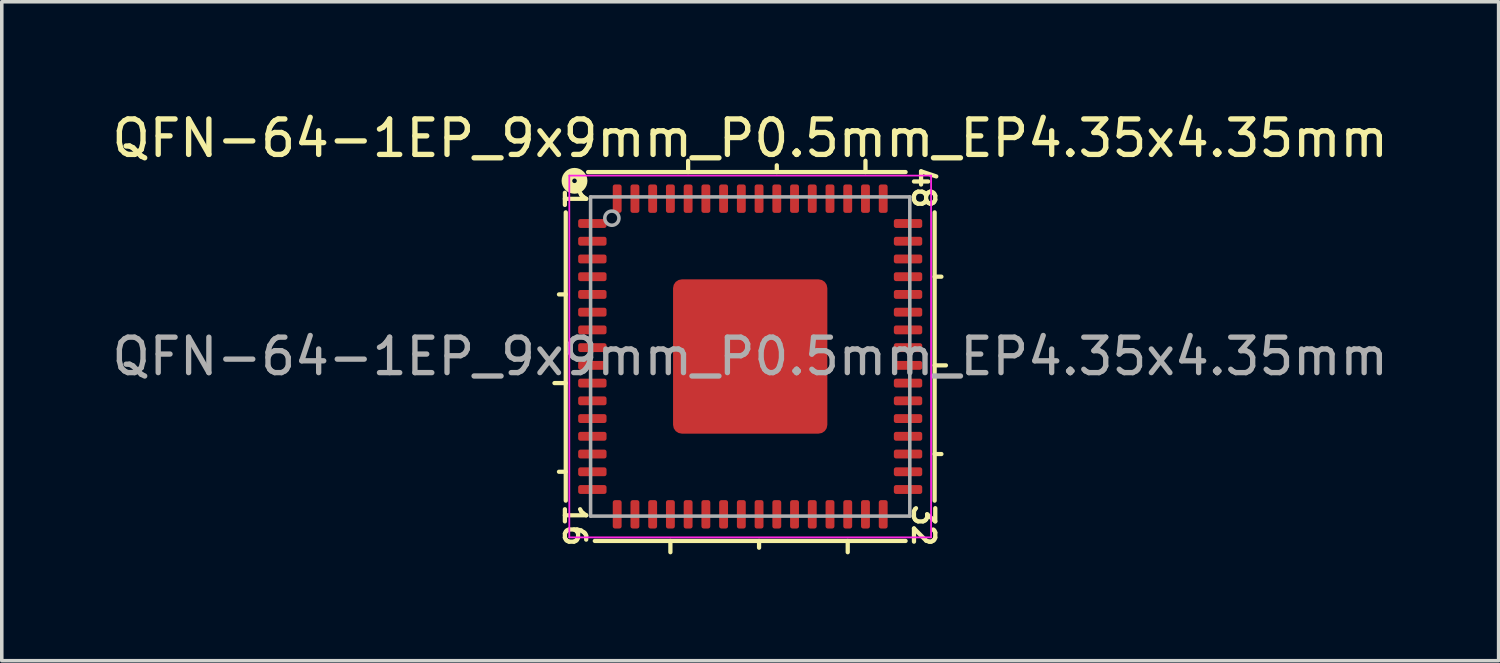
<source format=kicad_pcb>
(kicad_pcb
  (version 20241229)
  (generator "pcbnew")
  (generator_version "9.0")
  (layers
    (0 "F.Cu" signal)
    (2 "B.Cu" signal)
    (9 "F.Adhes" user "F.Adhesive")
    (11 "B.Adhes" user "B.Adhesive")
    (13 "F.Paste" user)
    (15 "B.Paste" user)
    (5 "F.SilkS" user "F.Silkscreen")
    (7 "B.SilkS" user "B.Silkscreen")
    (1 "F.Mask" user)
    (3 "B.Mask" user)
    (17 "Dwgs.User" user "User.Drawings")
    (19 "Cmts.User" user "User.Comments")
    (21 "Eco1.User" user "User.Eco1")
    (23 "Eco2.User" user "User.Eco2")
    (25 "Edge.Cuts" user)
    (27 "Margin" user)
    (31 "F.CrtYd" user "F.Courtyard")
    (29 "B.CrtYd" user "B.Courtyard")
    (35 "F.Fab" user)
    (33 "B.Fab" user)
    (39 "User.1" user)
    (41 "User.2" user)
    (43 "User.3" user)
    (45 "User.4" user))
  (footprint "QFN-64-1EP_9x9mm_P0.5mm_EP4.35x4.35mm"
    (layer "F.Cu")
    (at 18.101 7.001)
    (property "Reference" "QFN-64-1EP_9x9mm_P0.5mm_EP4.35x4.35mm" (at 0 -6.152 0) (layer "F.SilkS") (effects (font (size 1 1) (thickness 0.15))))
    (attr smd)
    (fp_line (start -5.2 -4.064) (end -5.2 4.064) (stroke (width 0.12) (type solid)) (layer "F.SilkS"))
    (fp_line (start -5.2 -1.75) (end -5.391 -1.75) (stroke (width 0.12) (type solid)) (layer "F.SilkS"))
    (fp_line (start -5.2 0.75) (end -5.518 0.75) (stroke (width 0.12) (type solid)) (layer "F.SilkS"))
    (fp_line (start -5.2 3.25) (end -5.391 3.25) (stroke (width 0.12) (type solid)) (layer "F.SilkS"))
    (fp_line (start -4.381 5.2) (end 4.381 5.2) (stroke (width 0.12) (type solid)) (layer "F.SilkS"))
    (fp_line (start -2.25 5.2) (end -2.25 5.518) (stroke (width 0.12) (type solid)) (layer "F.SilkS"))
    (fp_line (start -1.75 -5.2) (end -1.75 -5.518) (stroke (width 0.12) (type solid)) (layer "F.SilkS"))
    (fp_line (start 0.25 5.2) (end 0.25 5.391) (stroke (width 0.12) (type solid)) (layer "F.SilkS"))
    (fp_line (start 0.75 -5.2) (end 0.75 -5.391) (stroke (width 0.12) (type solid)) (layer "F.SilkS"))
    (fp_line (start 2.75 5.2) (end 2.75 5.518) (stroke (width 0.12) (type solid)) (layer "F.SilkS"))
    (fp_line (start 3.25 -5.2) (end 3.25 -5.518) (stroke (width 0.12) (type solid)) (layer "F.SilkS"))
    (fp_line (start 4.381 -5.2) (end -4.572 -5.2) (stroke (width 0.12) (type solid)) (layer "F.SilkS"))
    (fp_line (start 5.2 -2.25) (end 5.391 -2.25) (stroke (width 0.12) (type solid)) (layer "F.SilkS"))
    (fp_line (start 5.2 0.25) (end 5.518 0.25) (stroke (width 0.12) (type solid)) (layer "F.SilkS"))
    (fp_line (start 5.2 2.75) (end 5.391 2.75) (stroke (width 0.12) (type solid)) (layer "F.SilkS"))
    (fp_line (start 5.2 4.064) (end 5.2 -4.064) (stroke (width 0.12) (type solid)) (layer "F.SilkS"))
    (fp_circle (center -4.953 -4.953) (end -4.889 -4.953) (stroke (width 0.3) (type solid)) (fill no) (layer "F.SilkS"))
    (fp_line (start -5.1 -5.1) (end -5.1 5.1) (stroke (width 0.05) (type solid)) (layer "F.CrtYd"))
    (fp_line (start -5.1 5.1) (end 5.1 5.1) (stroke (width 0.05) (type solid)) (layer "F.CrtYd"))
    (fp_line (start 5.1 -5.1) (end -5.1 -5.1) (stroke (width 0.05) (type solid)) (layer "F.CrtYd"))
    (fp_line (start 5.1 5.1) (end 5.1 -5.1) (stroke (width 0.05) (type solid)) (layer "F.CrtYd"))
    (fp_line (start -4.5 -4.5) (end 4.5 -4.5) (stroke (width 0.1) (type solid)) (layer "F.Fab"))
    (fp_line (start -4.5 4.5) (end -4.5 -4.5) (stroke (width 0.1) (type solid)) (layer "F.Fab"))
    (fp_line (start 4.5 -4.5) (end 4.5 4.5) (stroke (width 0.1) (type solid)) (layer "F.Fab"))
    (fp_line (start 4.5 4.5) (end -4.5 4.5) (stroke (width 0.1) (type solid)) (layer "F.Fab"))
    (fp_circle (center -3.9 -3.9) (end -3.7 -3.9) (stroke (width 0.1) (type solid)) (fill no) (layer "F.Fab"))
    (fp_text user "32" (at 4.889 4.763 270) (unlocked yes) (layer "F.SilkS") (effects (font (size 0.6 0.6) (thickness 0.12))))
    (fp_text user "48" (at 4.889 -4.763 270) (unlocked yes) (layer "F.SilkS") (effects (font (size 0.6 0.6) (thickness 0.12))))
    (fp_text user "1" (at -4.953 -4.445 270) (unlocked yes) (layer "F.SilkS") (effects (font (size 0.6 0.6) (thickness 0.12))))
    (fp_text user "16" (at -4.953 4.763 270) (unlocked yes) (layer "F.SilkS") (effects (font (size 0.6 0.6) (thickness 0.12))))
    (fp_text user "${REFERENCE}" (at 0 0 0) (layer "F.Fab") (effects (font (size 1 1) (thickness 0.15))))
    (pad "" smd roundrect (at -1.45 -1.45) (size 1.17 1.17) (layers "F.Paste") (roundrect_rratio 0.214))
    (pad "" smd roundrect (at -1.45 0) (size 1.17 1.17) (layers "F.Paste") (roundrect_rratio 0.214))
    (pad "" smd roundrect (at -1.45 1.45) (size 1.17 1.17) (layers "F.Paste") (roundrect_rratio 0.214))
    (pad "" smd roundrect (at 0 -1.45) (size 1.17 1.17) (layers "F.Paste") (roundrect_rratio 0.214))
    (pad "" smd roundrect (at 0 0) (size 1.17 1.17) (layers "F.Paste") (roundrect_rratio 0.214))
    (pad "" smd roundrect (at 0 1.45) (size 1.17 1.17) (layers "F.Paste") (roundrect_rratio 0.214))
    (pad "" smd roundrect (at 1.45 -1.45) (size 1.17 1.17) (layers "F.Paste") (roundrect_rratio 0.214))
    (pad "" smd roundrect (at 1.45 0) (size 1.17 1.17) (layers "F.Paste") (roundrect_rratio 0.214))
    (pad "" smd roundrect (at 1.45 1.45) (size 1.17 1.17) (layers "F.Paste") (roundrect_rratio 0.214))
    (pad "1" smd roundrect (at -4.45 -3.75) (size 0.8 0.25) (layers "F.Cu" "F.Mask" "F.Paste") (roundrect_rratio 0.25))
    (pad "2" smd roundrect (at -4.45 -3.25) (size 0.8 0.25) (layers "F.Cu" "F.Mask" "F.Paste") (roundrect_rratio 0.25))
    (pad "3" smd roundrect (at -4.45 -2.75) (size 0.8 0.25) (layers "F.Cu" "F.Mask" "F.Paste") (roundrect_rratio 0.25))
    (pad "4" smd roundrect (at -4.45 -2.25) (size 0.8 0.25) (layers "F.Cu" "F.Mask" "F.Paste") (roundrect_rratio 0.25))
    (pad "5" smd roundrect (at -4.45 -1.75) (size 0.8 0.25) (layers "F.Cu" "F.Mask" "F.Paste") (roundrect_rratio 0.25))
    (pad "6" smd roundrect (at -4.45 -1.25) (size 0.8 0.25) (layers "F.Cu" "F.Mask" "F.Paste") (roundrect_rratio 0.25))
    (pad "7" smd roundrect (at -4.45 -0.75) (size 0.8 0.25) (layers "F.Cu" "F.Mask" "F.Paste") (roundrect_rratio 0.25))
    (pad "8" smd roundrect (at -4.45 -0.25) (size 0.8 0.25) (layers "F.Cu" "F.Mask" "F.Paste") (roundrect_rratio 0.25))
    (pad "9" smd roundrect (at -4.45 0.25) (size 0.8 0.25) (layers "F.Cu" "F.Mask" "F.Paste") (roundrect_rratio 0.25))
    (pad "10" smd roundrect (at -4.45 0.75) (size 0.8 0.25) (layers "F.Cu" "F.Mask" "F.Paste") (roundrect_rratio 0.25))
    (pad "11" smd roundrect (at -4.45 1.25) (size 0.8 0.25) (layers "F.Cu" "F.Mask" "F.Paste") (roundrect_rratio 0.25))
    (pad "12" smd roundrect (at -4.45 1.75) (size 0.8 0.25) (layers "F.Cu" "F.Mask" "F.Paste") (roundrect_rratio 0.25))
    (pad "13" smd roundrect (at -4.45 2.25) (size 0.8 0.25) (layers "F.Cu" "F.Mask" "F.Paste") (roundrect_rratio 0.25))
    (pad "14" smd roundrect (at -4.45 2.75) (size 0.8 0.25) (layers "F.Cu" "F.Mask" "F.Paste") (roundrect_rratio 0.25))
    (pad "15" smd roundrect (at -4.45 3.25) (size 0.8 0.25) (layers "F.Cu" "F.Mask" "F.Paste") (roundrect_rratio 0.25))
    (pad "16" smd roundrect (at -4.45 3.75) (size 0.8 0.25) (layers "F.Cu" "F.Mask" "F.Paste") (roundrect_rratio 0.25))
    (pad "17" smd roundrect (at -3.75 4.45) (size 0.25 0.8) (layers "F.Cu" "F.Mask" "F.Paste") (roundrect_rratio 0.25))
    (pad "18" smd roundrect (at -3.25 4.45) (size 0.25 0.8) (layers "F.Cu" "F.Mask" "F.Paste") (roundrect_rratio 0.25))
    (pad "19" smd roundrect (at -2.75 4.45) (size 0.25 0.8) (layers "F.Cu" "F.Mask" "F.Paste") (roundrect_rratio 0.25))
    (pad "20" smd roundrect (at -2.25 4.45) (size 0.25 0.8) (layers "F.Cu" "F.Mask" "F.Paste") (roundrect_rratio 0.25))
    (pad "21" smd roundrect (at -1.75 4.45) (size 0.25 0.8) (layers "F.Cu" "F.Mask" "F.Paste") (roundrect_rratio 0.25))
    (pad "22" smd roundrect (at -1.25 4.45) (size 0.25 0.8) (layers "F.Cu" "F.Mask" "F.Paste") (roundrect_rratio 0.25))
    (pad "23" smd roundrect (at -0.75 4.45) (size 0.25 0.8) (layers "F.Cu" "F.Mask" "F.Paste") (roundrect_rratio 0.25))
    (pad "24" smd roundrect (at -0.25 4.45) (size 0.25 0.8) (layers "F.Cu" "F.Mask" "F.Paste") (roundrect_rratio 0.25))
    (pad "25" smd roundrect (at 0.25 4.45) (size 0.25 0.8) (layers "F.Cu" "F.Mask" "F.Paste") (roundrect_rratio 0.25))
    (pad "26" smd roundrect (at 0.75 4.45) (size 0.25 0.8) (layers "F.Cu" "F.Mask" "F.Paste") (roundrect_rratio 0.25))
    (pad "27" smd roundrect (at 1.25 4.45) (size 0.25 0.8) (layers "F.Cu" "F.Mask" "F.Paste") (roundrect_rratio 0.25))
    (pad "28" smd roundrect (at 1.75 4.45) (size 0.25 0.8) (layers "F.Cu" "F.Mask" "F.Paste") (roundrect_rratio 0.25))
    (pad "29" smd roundrect (at 2.25 4.45) (size 0.25 0.8) (layers "F.Cu" "F.Mask" "F.Paste") (roundrect_rratio 0.25))
    (pad "30" smd roundrect (at 2.75 4.45) (size 0.25 0.8) (layers "F.Cu" "F.Mask" "F.Paste") (roundrect_rratio 0.25))
    (pad "31" smd roundrect (at 3.25 4.45) (size 0.25 0.8) (layers "F.Cu" "F.Mask" "F.Paste") (roundrect_rratio 0.25))
    (pad "32" smd roundrect (at 3.75 4.45) (size 0.25 0.8) (layers "F.Cu" "F.Mask" "F.Paste") (roundrect_rratio 0.25))
    (pad "33" smd roundrect (at 4.45 3.75) (size 0.8 0.25) (layers "F.Cu" "F.Mask" "F.Paste") (roundrect_rratio 0.25))
    (pad "34" smd roundrect (at 4.45 3.25) (size 0.8 0.25) (layers "F.Cu" "F.Mask" "F.Paste") (roundrect_rratio 0.25))
    (pad "35" smd roundrect (at 4.45 2.75) (size 0.8 0.25) (layers "F.Cu" "F.Mask" "F.Paste") (roundrect_rratio 0.25))
    (pad "36" smd roundrect (at 4.45 2.25) (size 0.8 0.25) (layers "F.Cu" "F.Mask" "F.Paste") (roundrect_rratio 0.25))
    (pad "37" smd roundrect (at 4.45 1.75) (size 0.8 0.25) (layers "F.Cu" "F.Mask" "F.Paste") (roundrect_rratio 0.25))
    (pad "38" smd roundrect (at 4.45 1.25) (size 0.8 0.25) (layers "F.Cu" "F.Mask" "F.Paste") (roundrect_rratio 0.25))
    (pad "39" smd roundrect (at 4.45 0.75) (size 0.8 0.25) (layers "F.Cu" "F.Mask" "F.Paste") (roundrect_rratio 0.25))
    (pad "40" smd roundrect (at 4.45 0.25) (size 0.8 0.25) (layers "F.Cu" "F.Mask" "F.Paste") (roundrect_rratio 0.25))
    (pad "41" smd roundrect (at 4.45 -0.25) (size 0.8 0.25) (layers "F.Cu" "F.Mask" "F.Paste") (roundrect_rratio 0.25))
    (pad "42" smd roundrect (at 4.45 -0.75) (size 0.8 0.25) (layers "F.Cu" "F.Mask" "F.Paste") (roundrect_rratio 0.25))
    (pad "43" smd roundrect (at 4.45 -1.25) (size 0.8 0.25) (layers "F.Cu" "F.Mask" "F.Paste") (roundrect_rratio 0.25))
    (pad "44" smd roundrect (at 4.45 -1.75) (size 0.8 0.25) (layers "F.Cu" "F.Mask" "F.Paste") (roundrect_rratio 0.25))
    (pad "45" smd roundrect (at 4.45 -2.25) (size 0.8 0.25) (layers "F.Cu" "F.Mask" "F.Paste") (roundrect_rratio 0.25))
    (pad "46" smd roundrect (at 4.45 -2.75) (size 0.8 0.25) (layers "F.Cu" "F.Mask" "F.Paste") (roundrect_rratio 0.25))
    (pad "47" smd roundrect (at 4.45 -3.25) (size 0.8 0.25) (layers "F.Cu" "F.Mask" "F.Paste") (roundrect_rratio 0.25))
    (pad "48" smd roundrect (at 4.45 -3.75) (size 0.8 0.25) (layers "F.Cu" "F.Mask" "F.Paste") (roundrect_rratio 0.25))
    (pad "49" smd roundrect (at 3.75 -4.45) (size 0.25 0.8) (layers "F.Cu" "F.Mask" "F.Paste") (roundrect_rratio 0.25))
    (pad "50" smd roundrect (at 3.25 -4.45) (size 0.25 0.8) (layers "F.Cu" "F.Mask" "F.Paste") (roundrect_rratio 0.25))
    (pad "51" smd roundrect (at 2.75 -4.45) (size 0.25 0.8) (layers "F.Cu" "F.Mask" "F.Paste") (roundrect_rratio 0.25))
    (pad "52" smd roundrect (at 2.25 -4.45) (size 0.25 0.8) (layers "F.Cu" "F.Mask" "F.Paste") (roundrect_rratio 0.25))
    (pad "53" smd roundrect (at 1.75 -4.45) (size 0.25 0.8) (layers "F.Cu" "F.Mask" "F.Paste") (roundrect_rratio 0.25))
    (pad "54" smd roundrect (at 1.25 -4.45) (size 0.25 0.8) (layers "F.Cu" "F.Mask" "F.Paste") (roundrect_rratio 0.25))
    (pad "55" smd roundrect (at 0.75 -4.45) (size 0.25 0.8) (layers "F.Cu" "F.Mask" "F.Paste") (roundrect_rratio 0.25))
    (pad "56" smd roundrect (at 0.25 -4.45) (size 0.25 0.8) (layers "F.Cu" "F.Mask" "F.Paste") (roundrect_rratio 0.25))
    (pad "57" smd roundrect (at -0.25 -4.45) (size 0.25 0.8) (layers "F.Cu" "F.Mask" "F.Paste") (roundrect_rratio 0.25))
    (pad "58" smd roundrect (at -0.75 -4.45) (size 0.25 0.8) (layers "F.Cu" "F.Mask" "F.Paste") (roundrect_rratio 0.25))
    (pad "59" smd roundrect (at -1.25 -4.45) (size 0.25 0.8) (layers "F.Cu" "F.Mask" "F.Paste") (roundrect_rratio 0.25))
    (pad "60" smd roundrect (at -1.75 -4.45) (size 0.25 0.8) (layers "F.Cu" "F.Mask" "F.Paste") (roundrect_rratio 0.25))
    (pad "61" smd roundrect (at -2.25 -4.45) (size 0.25 0.8) (layers "F.Cu" "F.Mask" "F.Paste") (roundrect_rratio 0.25))
    (pad "62" smd roundrect (at -2.75 -4.45) (size 0.25 0.8) (layers "F.Cu" "F.Mask" "F.Paste") (roundrect_rratio 0.25))
    (pad "63" smd roundrect (at -3.25 -4.45) (size 0.25 0.8) (layers "F.Cu" "F.Mask" "F.Paste") (roundrect_rratio 0.25))
    (pad "64" smd roundrect (at -3.75 -4.45) (size 0.25 0.8) (layers "F.Cu" "F.Mask" "F.Paste") (roundrect_rratio 0.25))
    (pad "65" smd roundrect (at 0 0) (size 4.35 4.35) (layers "F.Cu" "F.Mask") (roundrect_rratio 0.057)))
  (gr_rect
    (start -3 -3)
    (end 39.202 15.578)
    (stroke (width 0.1) (type default))
    (fill no)
    (layer "Edge.Cuts")))
</source>
